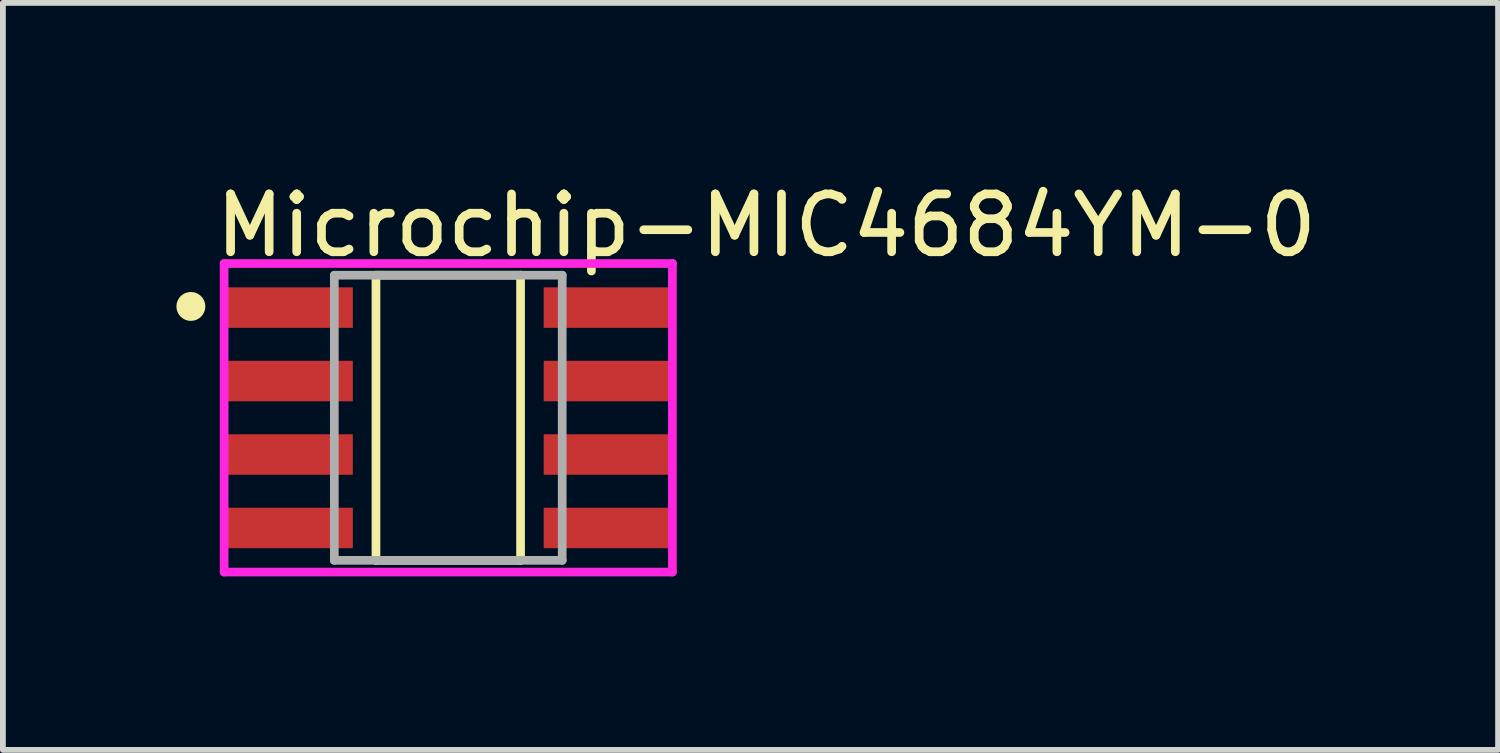
<source format=kicad_pcb>
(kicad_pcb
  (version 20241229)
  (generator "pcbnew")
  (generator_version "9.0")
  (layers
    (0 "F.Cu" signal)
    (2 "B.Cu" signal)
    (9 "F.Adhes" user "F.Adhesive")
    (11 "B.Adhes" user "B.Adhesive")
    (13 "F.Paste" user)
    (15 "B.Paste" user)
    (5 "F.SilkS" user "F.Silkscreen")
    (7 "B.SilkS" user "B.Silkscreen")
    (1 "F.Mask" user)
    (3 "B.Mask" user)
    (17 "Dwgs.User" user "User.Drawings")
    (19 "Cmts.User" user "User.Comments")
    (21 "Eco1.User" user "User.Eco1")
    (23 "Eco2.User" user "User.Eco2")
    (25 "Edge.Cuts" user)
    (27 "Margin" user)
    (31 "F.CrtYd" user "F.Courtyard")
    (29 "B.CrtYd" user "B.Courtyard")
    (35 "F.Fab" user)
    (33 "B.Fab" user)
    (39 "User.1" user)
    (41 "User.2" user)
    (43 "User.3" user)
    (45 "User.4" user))
  (footprint "Microchip-MIC4684YM-0"
    (layer "F.Cu")
    (at 4.7 4.173)
    (property "Reference" "Microchip-MIC4684YM-0" (at -4.1 -3.325 0) (layer "F.SilkS") (effects (font (size 1 1) (thickness 0.15)) (justify left)))
    (attr through_hole)
    (fp_line (start -1.25 -2.465) (end 1.25 -2.465) (stroke (width 0.15) (type solid)) (layer "F.SilkS"))
    (fp_line (start -1.25 2.465) (end -1.25 -2.465) (stroke (width 0.15) (type solid)) (layer "F.SilkS"))
    (fp_line (start 1.25 -2.465) (end 1.25 2.465) (stroke (width 0.15) (type solid)) (layer "F.SilkS"))
    (fp_line (start 1.25 2.465) (end -1.25 2.465) (stroke (width 0.15) (type solid)) (layer "F.SilkS"))
    (fp_circle (center -4.45 -1.925) (end -4.325 -1.925) (stroke (width 0.25) (type solid)) (fill no) (layer "F.SilkS"))
    (fp_line (start -3.875 -2.667) (end -3.875 2.667) (stroke (width 0.15) (type solid)) (layer "F.CrtYd"))
    (fp_line (start -3.875 2.667) (end 3.875 2.667) (stroke (width 0.15) (type solid)) (layer "F.CrtYd"))
    (fp_line (start 3.875 -2.667) (end -3.875 -2.667) (stroke (width 0.15) (type solid)) (layer "F.CrtYd"))
    (fp_line (start 3.875 -2.667) (end 3.875 -2.667) (stroke (width 0.15) (type solid)) (layer "F.CrtYd"))
    (fp_line (start 3.875 2.667) (end 3.875 -2.667) (stroke (width 0.15) (type solid)) (layer "F.CrtYd"))
    (fp_line (start -1.97 -2.465) (end 1.97 -2.465) (stroke (width 0.15) (type solid)) (layer "F.Fab"))
    (fp_line (start -1.97 2.465) (end -1.97 -2.465) (stroke (width 0.15) (type solid)) (layer "F.Fab"))
    (fp_line (start 1.97 -2.465) (end 1.97 2.465) (stroke (width 0.15) (type solid)) (layer "F.Fab"))
    (fp_line (start 1.97 2.465) (end -1.97 2.465) (stroke (width 0.15) (type solid)) (layer "F.Fab"))
    (pad "1" smd rect (at -2.75 -1.905) (size 2.2 0.7) (layers "F.Cu" "F.Mask" "F.Paste"))
    (pad "2" smd rect (at -2.75 -0.635) (size 2.2 0.7) (layers "F.Cu" "F.Mask" "F.Paste"))
    (pad "3" smd rect (at -2.75 0.635) (size 2.2 0.7) (layers "F.Cu" "F.Mask" "F.Paste"))
    (pad "4" smd rect (at -2.75 1.905) (size 2.2 0.7) (layers "F.Cu" "F.Mask" "F.Paste"))
    (pad "5" smd rect (at 2.75 1.905) (size 2.2 0.7) (layers "F.Cu" "F.Mask" "F.Paste"))
    (pad "6" smd rect (at 2.75 0.635) (size 2.2 0.7) (layers "F.Cu" "F.Mask" "F.Paste"))
    (pad "7" smd rect (at 2.75 -0.635) (size 2.2 0.7) (layers "F.Cu" "F.Mask" "F.Paste"))
    (pad "8" smd rect (at 2.75 -1.905) (size 2.2 0.7) (layers "F.Cu" "F.Mask" "F.Paste")))
  (gr_rect
    (start -3 -3)
    (end 22.85 9.915)
    (stroke (width 0.1) (type default))
    (fill no)
    (layer "Edge.Cuts")))
</source>
